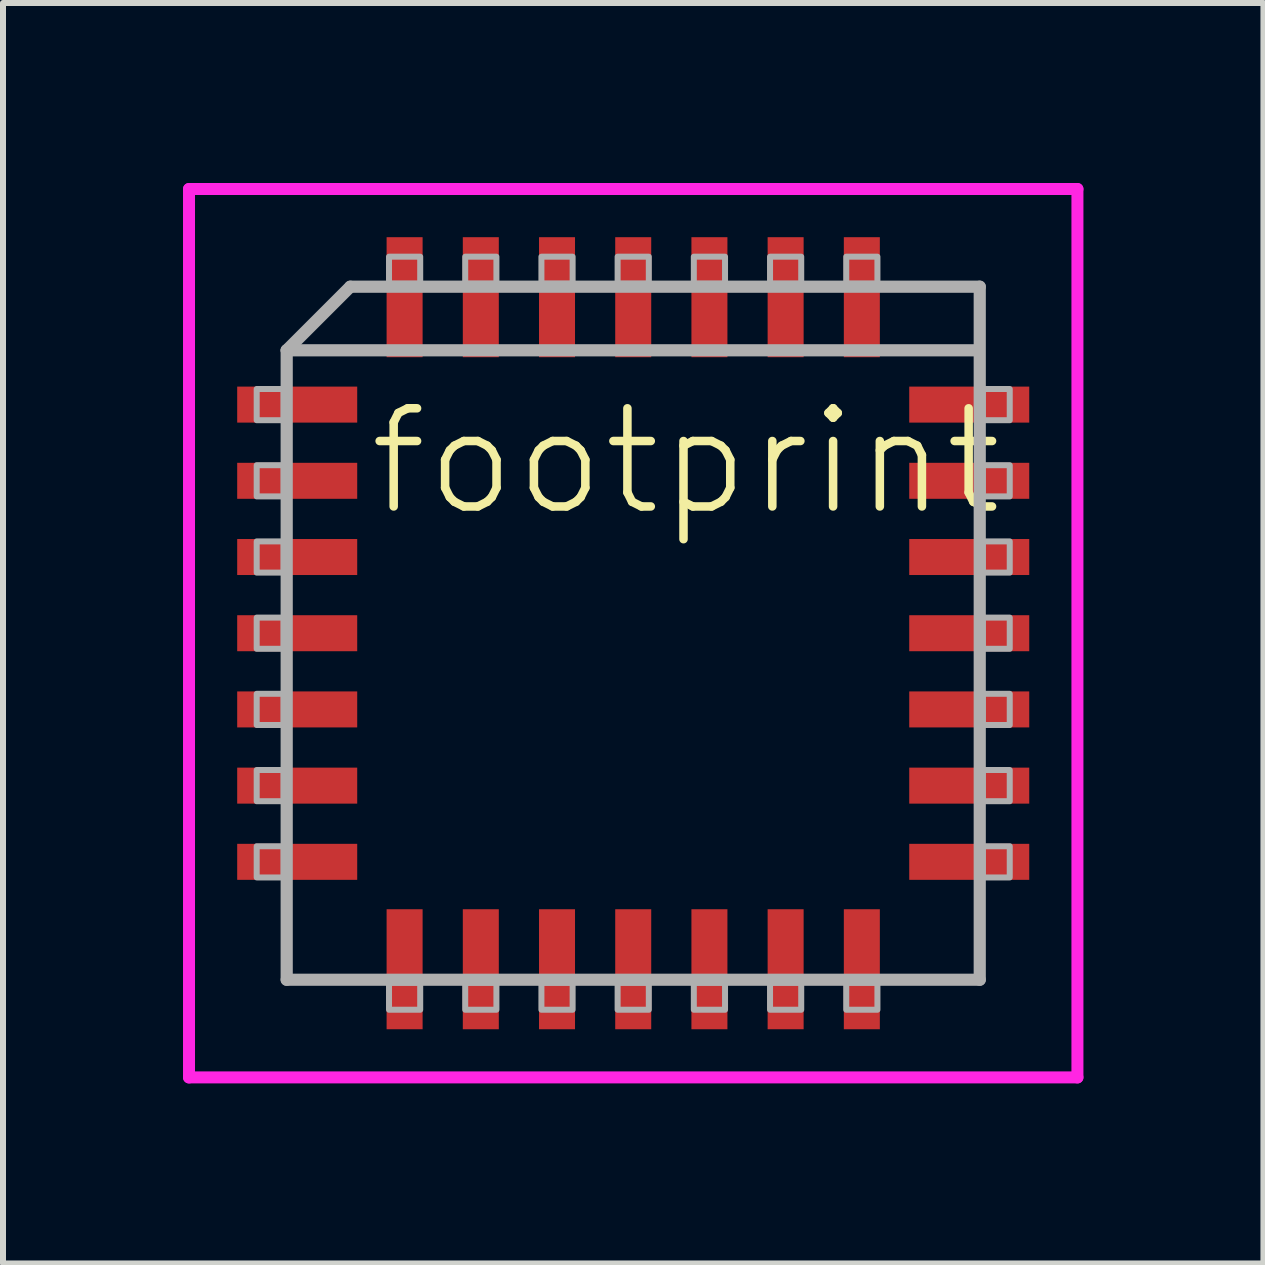
<source format=kicad_pcb>
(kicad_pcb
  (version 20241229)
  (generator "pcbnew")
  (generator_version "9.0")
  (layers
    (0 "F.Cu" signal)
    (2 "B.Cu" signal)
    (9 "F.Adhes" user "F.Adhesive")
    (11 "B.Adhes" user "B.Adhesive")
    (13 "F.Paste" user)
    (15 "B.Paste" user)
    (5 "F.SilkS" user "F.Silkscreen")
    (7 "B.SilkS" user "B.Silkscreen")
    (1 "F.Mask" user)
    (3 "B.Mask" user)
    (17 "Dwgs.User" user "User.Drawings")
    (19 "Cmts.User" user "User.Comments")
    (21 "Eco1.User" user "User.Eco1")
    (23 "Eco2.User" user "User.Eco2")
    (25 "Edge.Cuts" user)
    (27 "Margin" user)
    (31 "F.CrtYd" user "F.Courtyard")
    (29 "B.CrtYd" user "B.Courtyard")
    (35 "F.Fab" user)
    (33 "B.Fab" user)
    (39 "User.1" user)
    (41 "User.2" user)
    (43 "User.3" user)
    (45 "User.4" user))
  (footprint "footprint"
    (layer "F.Cu")
    (at 7.503 7.503)
    (property "Reference" "footprint" (at -4.475 -1.905 0) (layer "F.SilkS") (effects (font (size 1.636 1.636) (thickness 0.142)) (justify left bottom)))
    (fp_line (start -7.403 -7.403) (end 7.403 -7.403) (stroke (width 0.2) (type solid)) (layer "F.CrtYd"))
    (fp_line (start -7.403 7.403) (end -7.403 -7.403) (stroke (width 0.2) (type solid)) (layer "F.CrtYd"))
    (fp_line (start 7.403 -7.403) (end 7.403 7.403) (stroke (width 0.2) (type solid)) (layer "F.CrtYd"))
    (fp_line (start 7.403 7.403) (end -7.403 7.403) (stroke (width 0.2) (type solid)) (layer "F.CrtYd"))
    (fp_line (start -5.775 -4.715) (end -5.775 5.775) (stroke (width 0.203) (type solid)) (layer "F.Fab"))
    (fp_line (start -5.775 5.775) (end 5.775 5.775) (stroke (width 0.203) (type solid)) (layer "F.Fab"))
    (fp_line (start -4.715 -5.775) (end -5.775 -4.715) (stroke (width 0.203) (type solid)) (layer "F.Fab"))
    (fp_line (start 5.75 -4.715) (end -5.775 -4.715) (stroke (width 0.203) (type solid)) (layer "F.Fab"))
    (fp_line (start 5.775 -5.775) (end -4.715 -5.775) (stroke (width 0.203) (type solid)) (layer "F.Fab"))
    (fp_line (start 5.775 5.775) (end 5.775 -5.775) (stroke (width 0.203) (type solid)) (layer "F.Fab"))
    (fp_poly (pts (xy -6.275 -3.55) (xy -5.825 -3.55) (xy -5.825 -4.07) (xy -6.275 -4.07)) (stroke (width 0.1) (type solid)) (fill no) (layer "F.Fab"))
    (fp_poly (pts (xy -6.275 -2.28) (xy -5.825 -2.28) (xy -5.825 -2.8) (xy -6.275 -2.8)) (stroke (width 0.1) (type solid)) (fill no) (layer "F.Fab"))
    (fp_poly (pts (xy -6.275 -1.01) (xy -5.825 -1.01) (xy -5.825 -1.53) (xy -6.275 -1.53)) (stroke (width 0.1) (type solid)) (fill no) (layer "F.Fab"))
    (fp_poly (pts (xy -6.275 0.26) (xy -5.825 0.26) (xy -5.825 -0.26) (xy -6.275 -0.26)) (stroke (width 0.1) (type solid)) (fill no) (layer "F.Fab"))
    (fp_poly (pts (xy -6.275 1.53) (xy -5.825 1.53) (xy -5.825 1.01) (xy -6.275 1.01)) (stroke (width 0.1) (type solid)) (fill no) (layer "F.Fab"))
    (fp_poly (pts (xy -6.275 2.8) (xy -5.825 2.8) (xy -5.825 2.28) (xy -6.275 2.28)) (stroke (width 0.1) (type solid)) (fill no) (layer "F.Fab"))
    (fp_poly (pts (xy -6.275 4.07) (xy -5.825 4.07) (xy -5.825 3.55) (xy -6.275 3.55)) (stroke (width 0.1) (type solid)) (fill no) (layer "F.Fab"))
    (fp_poly (pts (xy -4.07 -5.825) (xy -3.55 -5.825) (xy -3.55 -6.275) (xy -4.07 -6.275)) (stroke (width 0.1) (type solid)) (fill no) (layer "F.Fab"))
    (fp_poly (pts (xy -4.07 6.275) (xy -3.55 6.275) (xy -3.55 5.825) (xy -4.07 5.825)) (stroke (width 0.1) (type solid)) (fill no) (layer "F.Fab"))
    (fp_poly (pts (xy -2.8 -5.825) (xy -2.28 -5.825) (xy -2.28 -6.275) (xy -2.8 -6.275)) (stroke (width 0.1) (type solid)) (fill no) (layer "F.Fab"))
    (fp_poly (pts (xy -2.8 6.275) (xy -2.28 6.275) (xy -2.28 5.825) (xy -2.8 5.825)) (stroke (width 0.1) (type solid)) (fill no) (layer "F.Fab"))
    (fp_poly (pts (xy -1.53 -5.825) (xy -1.01 -5.825) (xy -1.01 -6.275) (xy -1.53 -6.275)) (stroke (width 0.1) (type solid)) (fill no) (layer "F.Fab"))
    (fp_poly (pts (xy -1.53 6.275) (xy -1.01 6.275) (xy -1.01 5.825) (xy -1.53 5.825)) (stroke (width 0.1) (type solid)) (fill no) (layer "F.Fab"))
    (fp_poly (pts (xy -0.26 -5.825) (xy 0.26 -5.825) (xy 0.26 -6.275) (xy -0.26 -6.275)) (stroke (width 0.1) (type solid)) (fill no) (layer "F.Fab"))
    (fp_poly (pts (xy -0.26 6.275) (xy 0.26 6.275) (xy 0.26 5.825) (xy -0.26 5.825)) (stroke (width 0.1) (type solid)) (fill no) (layer "F.Fab"))
    (fp_poly (pts (xy 1.01 -5.825) (xy 1.53 -5.825) (xy 1.53 -6.275) (xy 1.01 -6.275)) (stroke (width 0.1) (type solid)) (fill no) (layer "F.Fab"))
    (fp_poly (pts (xy 1.01 6.275) (xy 1.53 6.275) (xy 1.53 5.825) (xy 1.01 5.825)) (stroke (width 0.1) (type solid)) (fill no) (layer "F.Fab"))
    (fp_poly (pts (xy 2.28 -5.825) (xy 2.8 -5.825) (xy 2.8 -6.275) (xy 2.28 -6.275)) (stroke (width 0.1) (type solid)) (fill no) (layer "F.Fab"))
    (fp_poly (pts (xy 2.28 6.275) (xy 2.8 6.275) (xy 2.8 5.825) (xy 2.28 5.825)) (stroke (width 0.1) (type solid)) (fill no) (layer "F.Fab"))
    (fp_poly (pts (xy 3.55 -5.825) (xy 4.07 -5.825) (xy 4.07 -6.275) (xy 3.55 -6.275)) (stroke (width 0.1) (type solid)) (fill no) (layer "F.Fab"))
    (fp_poly (pts (xy 3.55 6.275) (xy 4.07 6.275) (xy 4.07 5.825) (xy 3.55 5.825)) (stroke (width 0.1) (type solid)) (fill no) (layer "F.Fab"))
    (fp_poly (pts (xy 5.825 -3.55) (xy 6.275 -3.55) (xy 6.275 -4.07) (xy 5.825 -4.07)) (stroke (width 0.1) (type solid)) (fill no) (layer "F.Fab"))
    (fp_poly (pts (xy 5.825 -2.28) (xy 6.275 -2.28) (xy 6.275 -2.8) (xy 5.825 -2.8)) (stroke (width 0.1) (type solid)) (fill no) (layer "F.Fab"))
    (fp_poly (pts (xy 5.825 -1.01) (xy 6.275 -1.01) (xy 6.275 -1.53) (xy 5.825 -1.53)) (stroke (width 0.1) (type solid)) (fill no) (layer "F.Fab"))
    (fp_poly (pts (xy 5.825 0.26) (xy 6.275 0.26) (xy 6.275 -0.26) (xy 5.825 -0.26)) (stroke (width 0.1) (type solid)) (fill no) (layer "F.Fab"))
    (fp_poly (pts (xy 5.825 1.53) (xy 6.275 1.53) (xy 6.275 1.01) (xy 5.825 1.01)) (stroke (width 0.1) (type solid)) (fill no) (layer "F.Fab"))
    (fp_poly (pts (xy 5.825 2.8) (xy 6.275 2.8) (xy 6.275 2.28) (xy 5.825 2.28)) (stroke (width 0.1) (type solid)) (fill no) (layer "F.Fab"))
    (fp_poly (pts (xy 5.825 4.07) (xy 6.275 4.07) (xy 6.275 3.55) (xy 5.825 3.55)) (stroke (width 0.1) (type solid)) (fill no) (layer "F.Fab"))
    (pad "1" smd rect (at 0 -5.6) (size 0.6 2) (layers "F.Cu" "F.Mask" "F.Paste"))
    (pad "2" smd rect (at -1.27 -5.6) (size 0.6 2) (layers "F.Cu" "F.Mask" "F.Paste"))
    (pad "3" smd rect (at -2.54 -5.6) (size 0.6 2) (layers "F.Cu" "F.Mask" "F.Paste"))
    (pad "4" smd rect (at -3.81 -5.6) (size 0.6 2) (layers "F.Cu" "F.Mask" "F.Paste"))
    (pad "5" smd rect (at -5.6 -3.81) (size 2 0.6) (layers "F.Cu" "F.Mask" "F.Paste"))
    (pad "6" smd rect (at -5.6 -2.54) (size 2 0.6) (layers "F.Cu" "F.Mask" "F.Paste"))
    (pad "7" smd rect (at -5.6 -1.27) (size 2 0.6) (layers "F.Cu" "F.Mask" "F.Paste"))
    (pad "8" smd rect (at -5.6 0) (size 2 0.6) (layers "F.Cu" "F.Mask" "F.Paste"))
    (pad "9" smd rect (at -5.6 1.27) (size 2 0.6) (layers "F.Cu" "F.Mask" "F.Paste"))
    (pad "10" smd rect (at -5.6 2.54) (size 2 0.6) (layers "F.Cu" "F.Mask" "F.Paste"))
    (pad "11" smd rect (at -5.6 3.81) (size 2 0.6) (layers "F.Cu" "F.Mask" "F.Paste"))
    (pad "12" smd rect (at -3.81 5.6) (size 0.6 2) (layers "F.Cu" "F.Mask" "F.Paste"))
    (pad "13" smd rect (at -2.54 5.6) (size 0.6 2) (layers "F.Cu" "F.Mask" "F.Paste"))
    (pad "14" smd rect (at -1.27 5.6) (size 0.6 2) (layers "F.Cu" "F.Mask" "F.Paste"))
    (pad "15" smd rect (at 0 5.6) (size 0.6 2) (layers "F.Cu" "F.Mask" "F.Paste"))
    (pad "16" smd rect (at 1.27 5.6) (size 0.6 2) (layers "F.Cu" "F.Mask" "F.Paste"))
    (pad "17" smd rect (at 2.54 5.6) (size 0.6 2) (layers "F.Cu" "F.Mask" "F.Paste"))
    (pad "18" smd rect (at 3.81 5.6) (size 0.6 2) (layers "F.Cu" "F.Mask" "F.Paste"))
    (pad "19" smd rect (at 5.6 3.81) (size 2 0.6) (layers "F.Cu" "F.Mask" "F.Paste"))
    (pad "20" smd rect (at 5.6 2.54) (size 2 0.6) (layers "F.Cu" "F.Mask" "F.Paste"))
    (pad "21" smd rect (at 5.6 1.27) (size 2 0.6) (layers "F.Cu" "F.Mask" "F.Paste"))
    (pad "22" smd rect (at 5.6 0) (size 2 0.6) (layers "F.Cu" "F.Mask" "F.Paste"))
    (pad "23" smd rect (at 5.6 -1.27) (size 2 0.6) (layers "F.Cu" "F.Mask" "F.Paste"))
    (pad "24" smd rect (at 5.6 -2.54) (size 2 0.6) (layers "F.Cu" "F.Mask" "F.Paste"))
    (pad "25" smd rect (at 5.6 -3.81) (size 2 0.6) (layers "F.Cu" "F.Mask" "F.Paste"))
    (pad "26" smd rect (at 3.81 -5.6) (size 0.6 2) (layers "F.Cu" "F.Mask" "F.Paste"))
    (pad "27" smd rect (at 2.54 -5.6) (size 0.6 2) (layers "F.Cu" "F.Mask" "F.Paste"))
    (pad "28" smd rect (at 1.27 -5.6) (size 0.6 2) (layers "F.Cu" "F.Mask" "F.Paste")))
  (gr_rect
    (start -3 -3)
    (end 18.006 18.006)
    (stroke (width 0.1) (type default))
    (fill no)
    (layer "Edge.Cuts")))
</source>
